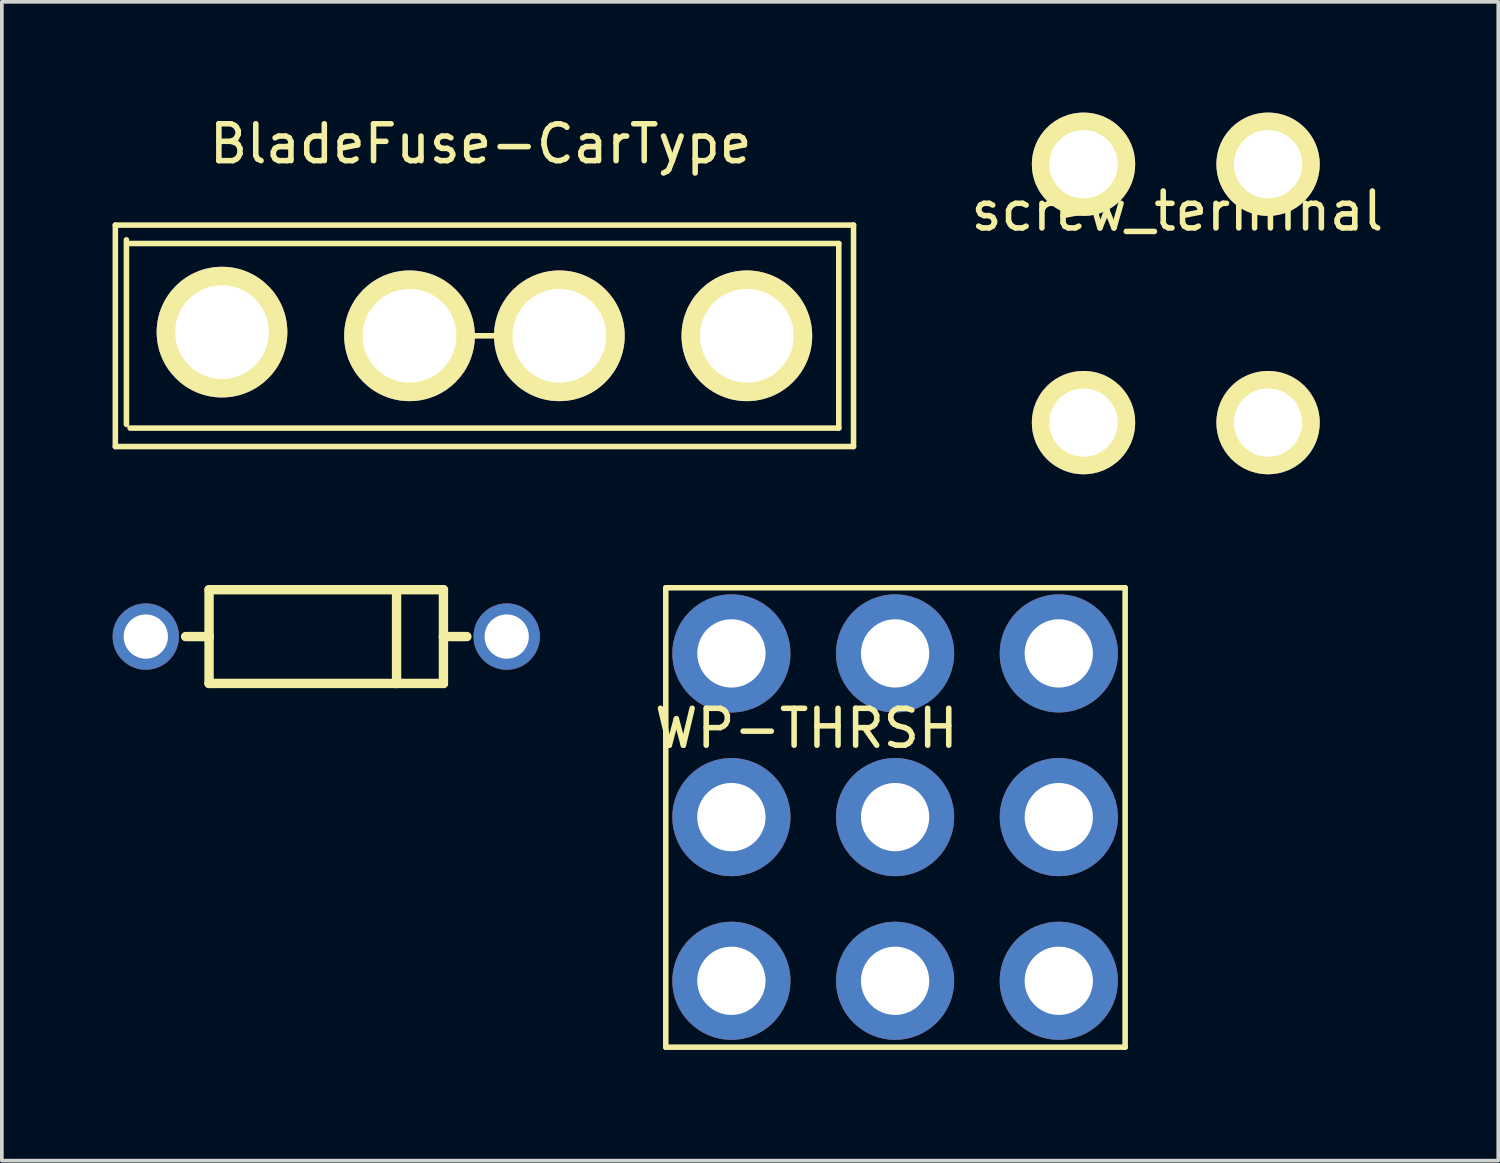
<source format=kicad_pcb>
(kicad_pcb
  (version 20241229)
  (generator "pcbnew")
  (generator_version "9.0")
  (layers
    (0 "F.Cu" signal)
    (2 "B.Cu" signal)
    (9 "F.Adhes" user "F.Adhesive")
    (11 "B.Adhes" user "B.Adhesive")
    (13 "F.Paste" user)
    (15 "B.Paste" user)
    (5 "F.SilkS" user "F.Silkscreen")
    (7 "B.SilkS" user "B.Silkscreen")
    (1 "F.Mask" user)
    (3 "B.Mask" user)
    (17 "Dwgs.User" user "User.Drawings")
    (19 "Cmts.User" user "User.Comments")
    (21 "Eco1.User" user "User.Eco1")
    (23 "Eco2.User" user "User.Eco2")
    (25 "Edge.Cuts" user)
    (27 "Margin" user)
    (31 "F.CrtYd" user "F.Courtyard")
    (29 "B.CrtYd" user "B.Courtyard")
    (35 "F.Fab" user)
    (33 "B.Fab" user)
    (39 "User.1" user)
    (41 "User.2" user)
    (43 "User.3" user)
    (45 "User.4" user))
  (footprint "screw_terminal"
    (layer "F.Cu")
    (at 26.306 1.4)
    (property "Reference" "screw_terminal" (at 2.54 1.27 0) (layer "F.SilkS") (effects (font (size 1 1) (thickness 0.15))))
    (attr through_hole)
    (pad "1" thru_hole circle (at 0 0) (size 2.8 2.8) (drill 1.85) (layers "*.Cu" "*.Mask" "F.SilkS"))
    (pad "1" thru_hole circle (at 0 7) (size 2.8 2.8) (drill 1.85) (layers "*.Cu" "*.Mask" "F.SilkS"))
    (pad "1" thru_hole circle (at 5 0) (size 2.8 2.8) (drill 1.85) (layers "*.Cu" "*.Mask" "F.SilkS"))
    (pad "1" thru_hole circle (at 5 7) (size 2.8 2.8) (drill 1.85) (layers "*.Cu" "*.Mask" "F.SilkS")))
  (footprint "BladeFuse-CarType"
    (layer "F.Cu")
    (at 10.075 6.048)
    (property "Reference" "BladeFuse-CarType" (at -0.1 -5.2 0) (layer "F.SilkS") (effects (font (size 1 1) (thickness 0.15))))
    (attr through_hole)
    (fp_line (start -10 -3) (end 10 -3) (stroke (width 0.15) (type solid)) (layer "F.SilkS"))
    (fp_line (start -10 3) (end -10 -3) (stroke (width 0.15) (type solid)) (layer "F.SilkS"))
    (fp_line (start -9.7 2.4) (end -9.7 -2.6) (stroke (width 0.15) (type solid)) (layer "F.SilkS"))
    (fp_line (start -9.6 -2.5) (end 9.6 -2.5) (stroke (width 0.15) (type solid)) (layer "F.SilkS"))
    (fp_line (start 0.3 0) (end -0.3 0) (stroke (width 0.15) (type solid)) (layer "F.SilkS"))
    (fp_line (start 9.6 -2.5) (end 9.6 2.5) (stroke (width 0.15) (type solid)) (layer "F.SilkS"))
    (fp_line (start 9.6 2.5) (end -9.6 2.5) (stroke (width 0.15) (type solid)) (layer "F.SilkS"))
    (fp_line (start 10 -3) (end 10 3) (stroke (width 0.15) (type solid)) (layer "F.SilkS"))
    (fp_line (start 10 3) (end -10 3) (stroke (width 0.15) (type solid)) (layer "F.SilkS"))
    (pad "1" thru_hole circle (at -7.11 -0.1) (size 3.54 3.54) (drill 2.54) (layers "*.Cu" "*.Mask" "F.SilkS"))
    (pad "1" thru_hole circle (at -2.03 0) (size 3.54 3.54) (drill 2.54) (layers "*.Cu" "*.Mask" "F.SilkS"))
    (pad "2" thru_hole circle (at 2.03 0) (size 3.54 3.54) (drill 2.54) (layers "*.Cu" "*.Mask" "F.SilkS"))
    (pad "2" thru_hole circle (at 7.11 0) (size 3.54 3.54) (drill 2.54) (layers "*.Cu" "*.Mask" "F.SilkS")))
  (footprint "tvs"
    (layer "F.Cu")
    (at 5.789 14.197)
    (property "Reference" "tvs" (at -0.535 0.172 0) (layer "Eco1.User") (effects (font (size 0.6 0.6) (thickness 0.1))))
    (attr through_hole)
    (fp_line (start -3.175 -1.27) (end -3.175 0) (stroke (width 0.254) (type solid)) (layer "F.SilkS"))
    (fp_line (start -3.175 0) (end -3.81 0) (stroke (width 0.254) (type solid)) (layer "F.SilkS"))
    (fp_line (start -3.175 0) (end -3.175 1.27) (stroke (width 0.254) (type solid)) (layer "F.SilkS"))
    (fp_line (start -3.175 1.27) (end 1.905 1.27) (stroke (width 0.254) (type solid)) (layer "F.SilkS"))
    (fp_line (start 1.905 -1.27) (end -3.175 -1.27) (stroke (width 0.254) (type solid)) (layer "F.SilkS"))
    (fp_line (start 1.905 -1.27) (end 1.905 1.27) (stroke (width 0.254) (type solid)) (layer "F.SilkS"))
    (fp_line (start 1.905 1.27) (end 3.175 1.27) (stroke (width 0.254) (type solid)) (layer "F.SilkS"))
    (fp_line (start 3.175 -1.27) (end 1.905 -1.27) (stroke (width 0.254) (type solid)) (layer "F.SilkS"))
    (fp_line (start 3.175 0) (end 3.175 -1.27) (stroke (width 0.254) (type solid)) (layer "F.SilkS"))
    (fp_line (start 3.175 0) (end 3.81 0) (stroke (width 0.254) (type solid)) (layer "F.SilkS"))
    (fp_line (start 3.175 1.27) (end 3.175 0) (stroke (width 0.254) (type solid)) (layer "F.SilkS"))
    (pad "A" thru_hole oval (at -4.889 0) (size 1.798 1.798) (drill 1.199) (layers "*.Cu" "*.Mask"))
    (pad "K" thru_hole oval (at 4.889 0) (size 1.798 1.798) (drill 1.199) (layers "*.Cu" "*.Mask")))
  (footprint "WP-THRSH"
    (layer "F.Cu")
    (at 16.766 14.653)
    (property "Reference" "WP-THRSH" (at 2.032 2.032 0) (layer "F.SilkS") (effects (font (size 1 1) (thickness 0.15))))
    (attr through_hole)
    (fp_line (start -1.778 -1.778) (end 10.668 -1.778) (stroke (width 0.15) (type solid)) (layer "F.SilkS"))
    (fp_line (start -1.778 10.668) (end -1.778 -1.778) (stroke (width 0.15) (type solid)) (layer "F.SilkS"))
    (fp_line (start 10.668 -1.778) (end 10.668 10.668) (stroke (width 0.15) (type solid)) (layer "F.SilkS"))
    (fp_line (start 10.668 10.668) (end -1.778 10.668) (stroke (width 0.15) (type solid)) (layer "F.SilkS"))
    (pad "1" thru_hole circle (at 0 0) (size 3.2 3.2) (drill 1.85) (layers "*.Cu" "*.Mask"))
    (pad "1" thru_hole circle (at 0 4.435) (size 3.2 3.2) (drill 1.85) (layers "*.Cu" "*.Mask"))
    (pad "1" thru_hole circle (at 0 8.87) (size 3.2 3.2) (drill 1.85) (layers "*.Cu" "*.Mask"))
    (pad "1" thru_hole circle (at 4.435 0) (size 3.2 3.2) (drill 1.85) (layers "*.Cu" "*.Mask"))
    (pad "1" thru_hole circle (at 4.435 4.435) (size 3.2 3.2) (drill 1.85) (layers "*.Cu" "*.Mask"))
    (pad "1" thru_hole circle (at 4.435 8.87) (size 3.2 3.2) (drill 1.85) (layers "*.Cu" "*.Mask"))
    (pad "1" thru_hole circle (at 8.87 0) (size 3.2 3.2) (drill 1.85) (layers "*.Cu" "*.Mask"))
    (pad "1" thru_hole circle (at 8.87 4.435) (size 3.2 3.2) (drill 1.85) (layers "*.Cu" "*.Mask"))
    (pad "1" thru_hole circle (at 8.87 8.87) (size 3.2 3.2) (drill 1.85) (layers "*.Cu" "*.Mask")))
  (gr_rect
    (start -3 -3)
    (end 37.543 28.396)
    (stroke (width 0.1) (type default))
    (fill no)
    (layer "Edge.Cuts")))
</source>
